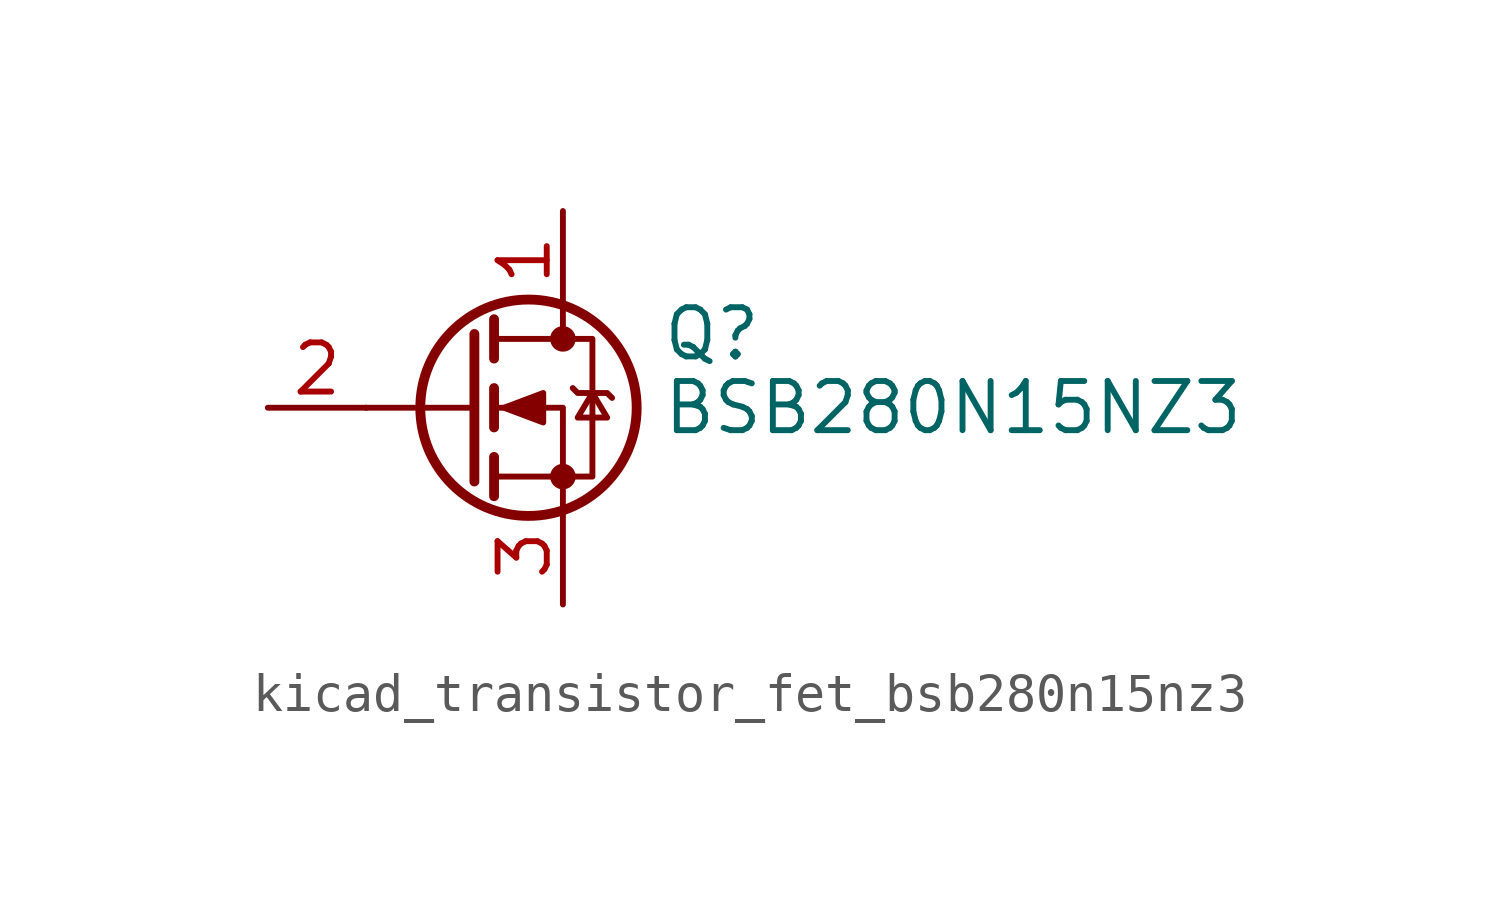
<source format=kicad_sym>
(kicad_symbol_lib
  (version 20220914)
  (generator kicad_symbol_editor)
  (symbol "kicad_transistor_fet_bsb280n15nz3"
    (pin_names hide)
    (property "Reference" "Q"
      (at 5.08 1.905 0)
      (effects (font (size 1.27 1.27)) (justify left)))
    (property "Value" "BSB280N15NZ3"
      (at 5.08 0 0)
      (effects (font (size 1.27 1.27)) (justify left)))
    (symbol "kicad_transistor_fet_bsb280n15nz3_0_1"
      (polyline (pts (xy 0.254 0) (xy -2.54 0)) (stroke (width 0) (type default)) (fill (type none)))
      (polyline (pts (xy 0.254 1.905) (xy 0.254 -1.905)) (stroke (width 0.254) (type default)) (fill (type none)))
      (polyline (pts (xy 0.762 -1.27) (xy 0.762 -2.286)) (stroke (width 0.254) (type default)) (fill (type none)))
      (polyline (pts (xy 0.762 0.508) (xy 0.762 -0.508)) (stroke (width 0.254) (type default)) (fill (type none)))
      (polyline (pts (xy 0.762 2.286) (xy 0.762 1.27)) (stroke (width 0.254) (type default)) (fill (type none)))
      (polyline (pts (xy 2.54 2.54) (xy 2.54 1.778)) (stroke (width 0) (type default)) (fill (type none)))
      (polyline (pts (xy 2.54 -2.54) (xy 2.54 0) (xy 0.762 0)) (stroke (width 0) (type default)) (fill (type none)))
      (polyline (pts (xy 0.762 -1.778) (xy 3.302 -1.778) (xy 3.302 1.778) (xy 0.762 1.778)) (stroke (width 0) (type default)) (fill (type none)))
      (polyline (pts (xy 1.016 0) (xy 2.032 0.381) (xy 2.032 -0.381) (xy 1.016 0)) (stroke (width 0) (type default)) (fill (type outline)))
      (polyline (pts (xy 2.794 0.508) (xy 2.921 0.381) (xy 3.683 0.381) (xy 3.81 0.254)) (stroke (width 0) (type default)) (fill (type none)))
      (polyline (pts (xy 3.302 0.381) (xy 2.921 -0.254) (xy 3.683 -0.254) (xy 3.302 0.381)) (stroke (width 0) (type default)) (fill (type none)))
      (circle (center 1.651 0) (radius 2.794) (stroke (width 0.254) (type default)) (fill (type none)))
      (circle (center 2.54 -1.778) (radius 0.254) (stroke (width 0) (type default)) (fill (type outline)))
      (circle (center 2.54 1.778) (radius 0.254) (stroke (width 0) (type default)) (fill (type outline))))
    (symbol "kicad_transistor_fet_bsb280n15nz3_1_1"
      (pin passive line (at 2.54 5.08 270) (length 2.54) (name "D" (effects (font (size 1.27 1.27)))) (number "1" (effects (font (size 1.27 1.27)))))
      (pin input line (at -5.08 0 0) (length 2.54) (name "G" (effects (font (size 1.27 1.27)))) (number "2" (effects (font (size 1.27 1.27)))))
      (pin passive line (at 2.54 -5.08 90) (length 2.54) (name "S" (effects (font (size 1.27 1.27)))) (number "3" (effects (font (size 1.27 1.27))))))))
</source>
